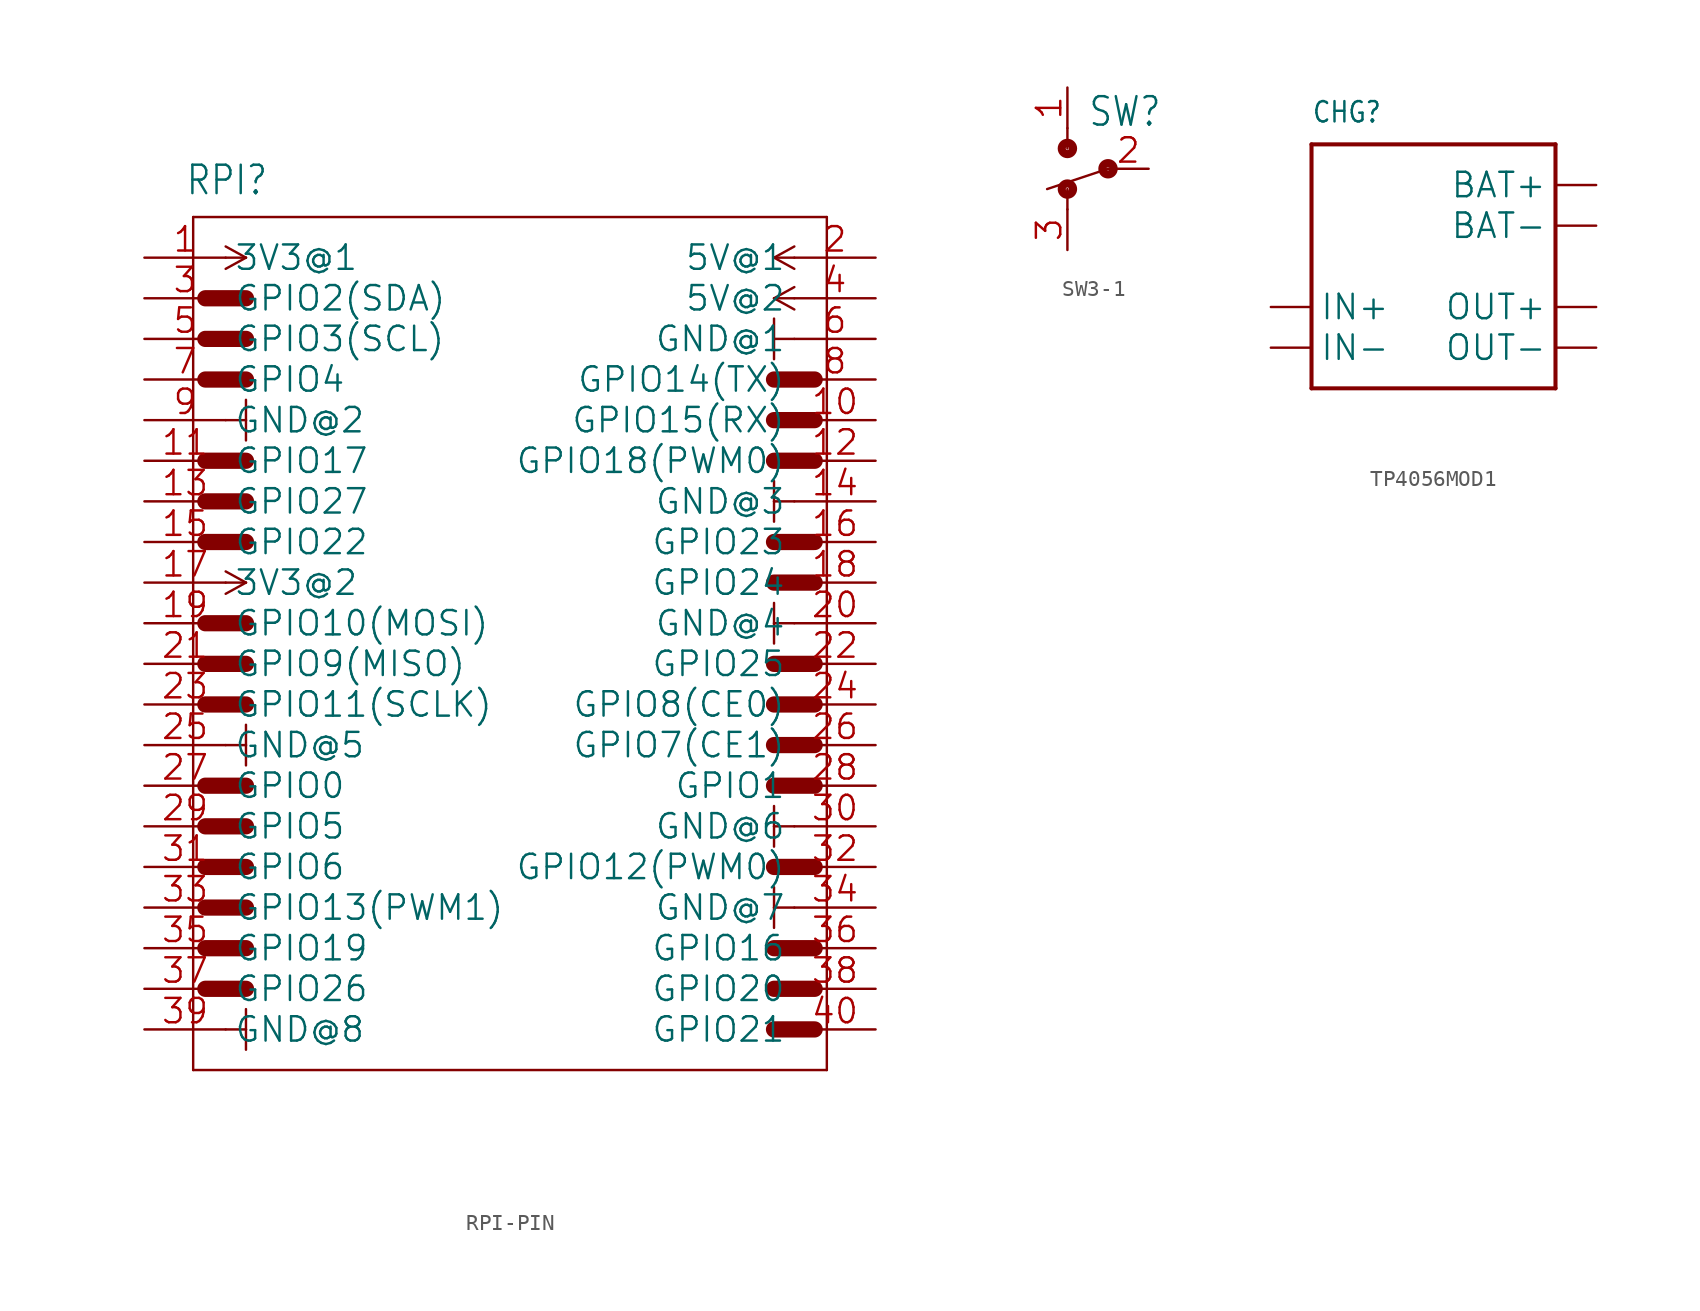
<source format=kicad_sym>
(kicad_symbol_lib
  (version 20241209)
  (generator "kicad_symbol_editor")
  (generator_version "9.0")
  (symbol "RPI-PIN"
    (property "Reference" "RPI"
      (at -20.32 21.59 0)
      (effects (font (size 1.778 1.511)) (justify left bottom)))
    (property "Value" ""
      (at -20.32 -35.56 0)
      (effects (font (size 1.778 1.511)) (justify left bottom)))
    (property "ki_locked" ""
      (at 0 0 0)
      (effects (font (size 1.27 1.27))))
    (symbol "RPI-PIN_1_0"
      (polyline (pts (xy -19.812 20.32) (xy 19.812 20.32)) (stroke (width 0.152) (type solid)) (fill (type none)))
      (polyline (pts (xy -19.812 -33.02) (xy -19.812 20.32)) (stroke (width 0.152) (type solid)) (fill (type none)))
      (polyline (pts (xy -19.05 15.24) (xy -16.51 15.24)) (stroke (width 1.016) (type solid)) (fill (type none)))
      (polyline (pts (xy -19.05 12.7) (xy -16.51 12.7)) (stroke (width 1.016) (type solid)) (fill (type none)))
      (polyline (pts (xy -19.05 10.16) (xy -16.51 10.16)) (stroke (width 1.016) (type solid)) (fill (type none)))
      (polyline (pts (xy -19.05 5.08) (xy -16.51 5.08)) (stroke (width 1.016) (type solid)) (fill (type none)))
      (polyline (pts (xy -19.05 2.54) (xy -16.51 2.54)) (stroke (width 1.016) (type solid)) (fill (type none)))
      (polyline (pts (xy -19.05 0) (xy -16.51 0)) (stroke (width 1.016) (type solid)) (fill (type none)))
      (polyline (pts (xy -19.05 -5.08) (xy -16.51 -5.08)) (stroke (width 1.016) (type solid)) (fill (type none)))
      (polyline (pts (xy -19.05 -7.62) (xy -16.51 -7.62)) (stroke (width 1.016) (type solid)) (fill (type none)))
      (polyline (pts (xy -19.05 -10.16) (xy -16.51 -10.16)) (stroke (width 1.016) (type solid)) (fill (type none)))
      (polyline (pts (xy -19.05 -15.24) (xy -16.51 -15.24)) (stroke (width 1.016) (type solid)) (fill (type none)))
      (polyline (pts (xy -19.05 -17.78) (xy -16.51 -17.78)) (stroke (width 1.016) (type solid)) (fill (type none)))
      (polyline (pts (xy -19.05 -20.32) (xy -16.51 -20.32)) (stroke (width 1.016) (type solid)) (fill (type none)))
      (polyline (pts (xy -19.05 -22.86) (xy -16.51 -22.86)) (stroke (width 1.016) (type solid)) (fill (type none)))
      (polyline (pts (xy -19.05 -25.4) (xy -16.51 -25.4)) (stroke (width 1.016) (type solid)) (fill (type none)))
      (polyline (pts (xy -19.05 -27.94) (xy -16.51 -27.94)) (stroke (width 1.016) (type solid)) (fill (type none)))
      (polyline (pts (xy -17.78 18.48) (xy -16.51 17.78)) (stroke (width 0.152) (type solid)) (fill (type none)))
      (polyline (pts (xy -17.78 -1.84) (xy -16.51 -2.54)) (stroke (width 0.152) (type solid)) (fill (type none)))
      (polyline (pts (xy -16.51 17.78) (xy -17.78 17.78)) (stroke (width 0.152) (type solid)) (fill (type none)))
      (polyline (pts (xy -16.51 17.78) (xy -17.78 17.08)) (stroke (width 0.152) (type solid)) (fill (type none)))
      (polyline (pts (xy -16.51 8.89) (xy -16.51 7.62)) (stroke (width 0.152) (type solid)) (fill (type none)))
      (polyline (pts (xy -16.51 7.62) (xy -17.78 7.62)) (stroke (width 0.152) (type solid)) (fill (type none)))
      (polyline (pts (xy -16.51 7.62) (xy -16.51 6.35)) (stroke (width 0.152) (type solid)) (fill (type none)))
      (polyline (pts (xy -16.51 -2.54) (xy -17.78 -2.54)) (stroke (width 0.152) (type solid)) (fill (type none)))
      (polyline (pts (xy -16.51 -2.54) (xy -17.78 -3.24)) (stroke (width 0.152) (type solid)) (fill (type none)))
      (polyline (pts (xy -16.51 -11.43) (xy -16.51 -12.7)) (stroke (width 0.152) (type solid)) (fill (type none)))
      (polyline (pts (xy -16.51 -12.7) (xy -17.78 -12.7)) (stroke (width 0.152) (type solid)) (fill (type none)))
      (polyline (pts (xy -16.51 -12.7) (xy -16.51 -13.97)) (stroke (width 0.152) (type solid)) (fill (type none)))
      (polyline (pts (xy -16.51 -29.21) (xy -16.51 -30.48)) (stroke (width 0.152) (type solid)) (fill (type none)))
      (polyline (pts (xy -16.51 -30.48) (xy -17.78 -30.48)) (stroke (width 0.152) (type solid)) (fill (type none)))
      (polyline (pts (xy -16.51 -30.48) (xy -16.51 -31.75)) (stroke (width 0.152) (type solid)) (fill (type none)))
      (polyline (pts (xy 16.51 17.78) (xy 17.78 17.78)) (stroke (width 0.152) (type solid)) (fill (type none)))
      (polyline (pts (xy 16.51 17.78) (xy 17.78 17.08)) (stroke (width 0.152) (type solid)) (fill (type none)))
      (polyline (pts (xy 16.51 15.24) (xy 17.78 14.54)) (stroke (width 0.152) (type solid)) (fill (type none)))
      (polyline (pts (xy 16.51 13.97) (xy 16.51 12.7)) (stroke (width 0.152) (type solid)) (fill (type none)))
      (polyline (pts (xy 16.51 12.7) (xy 16.51 11.43)) (stroke (width 0.152) (type solid)) (fill (type none)))
      (polyline (pts (xy 16.51 12.7) (xy 17.78 12.7)) (stroke (width 0.152) (type solid)) (fill (type none)))
      (polyline (pts (xy 16.51 3.81) (xy 16.51 2.54)) (stroke (width 0.152) (type solid)) (fill (type none)))
      (polyline (pts (xy 16.51 2.54) (xy 16.51 1.27)) (stroke (width 0.152) (type solid)) (fill (type none)))
      (polyline (pts (xy 16.51 2.54) (xy 17.78 2.54)) (stroke (width 0.152) (type solid)) (fill (type none)))
      (polyline (pts (xy 16.51 -3.81) (xy 16.51 -5.08)) (stroke (width 0.152) (type solid)) (fill (type none)))
      (polyline (pts (xy 16.51 -5.08) (xy 16.51 -6.35)) (stroke (width 0.152) (type solid)) (fill (type none)))
      (polyline (pts (xy 16.51 -5.08) (xy 17.78 -5.08)) (stroke (width 0.152) (type solid)) (fill (type none)))
      (polyline (pts (xy 16.51 -17.78) (xy 16.51 -16.51)) (stroke (width 0.152) (type solid)) (fill (type none)))
      (polyline (pts (xy 16.51 -17.78) (xy 17.78 -17.78)) (stroke (width 0.152) (type solid)) (fill (type none)))
      (polyline (pts (xy 16.51 -19.05) (xy 16.51 -17.78)) (stroke (width 0.152) (type solid)) (fill (type none)))
      (polyline (pts (xy 16.51 -22.86) (xy 16.51 -21.59)) (stroke (width 0.152) (type solid)) (fill (type none)))
      (polyline (pts (xy 16.51 -22.86) (xy 17.78 -22.86)) (stroke (width 0.152) (type solid)) (fill (type none)))
      (polyline (pts (xy 16.51 -24.13) (xy 16.51 -22.86)) (stroke (width 0.152) (type solid)) (fill (type none)))
      (polyline (pts (xy 17.78 18.48) (xy 16.51 17.78)) (stroke (width 0.152) (type solid)) (fill (type none)))
      (polyline (pts (xy 17.78 15.94) (xy 16.51 15.24)) (stroke (width 0.152) (type solid)) (fill (type none)))
      (polyline (pts (xy 17.78 15.24) (xy 16.51 15.24)) (stroke (width 0.152) (type solid)) (fill (type none)))
      (polyline (pts (xy 19.05 10.16) (xy 16.51 10.16)) (stroke (width 1.016) (type solid)) (fill (type none)))
      (polyline (pts (xy 19.05 7.62) (xy 16.51 7.62)) (stroke (width 1.016) (type solid)) (fill (type none)))
      (polyline (pts (xy 19.05 5.08) (xy 16.51 5.08)) (stroke (width 1.016) (type solid)) (fill (type none)))
      (polyline (pts (xy 19.05 0) (xy 16.51 0)) (stroke (width 1.016) (type solid)) (fill (type none)))
      (polyline (pts (xy 19.05 -2.54) (xy 16.51 -2.54)) (stroke (width 1.016) (type solid)) (fill (type none)))
      (polyline (pts (xy 19.05 -7.62) (xy 16.51 -7.62)) (stroke (width 1.016) (type solid)) (fill (type none)))
      (polyline (pts (xy 19.05 -10.16) (xy 16.51 -10.16)) (stroke (width 1.016) (type solid)) (fill (type none)))
      (polyline (pts (xy 19.05 -12.7) (xy 16.51 -12.7)) (stroke (width 1.016) (type solid)) (fill (type none)))
      (polyline (pts (xy 19.05 -15.24) (xy 16.51 -15.24)) (stroke (width 1.016) (type solid)) (fill (type none)))
      (polyline (pts (xy 19.05 -20.32) (xy 16.51 -20.32)) (stroke (width 1.016) (type solid)) (fill (type none)))
      (polyline (pts (xy 19.05 -25.4) (xy 16.51 -25.4)) (stroke (width 1.016) (type solid)) (fill (type none)))
      (polyline (pts (xy 19.05 -27.94) (xy 16.51 -27.94)) (stroke (width 1.016) (type solid)) (fill (type none)))
      (polyline (pts (xy 19.05 -30.48) (xy 16.51 -30.48)) (stroke (width 1.016) (type solid)) (fill (type none)))
      (polyline (pts (xy 19.812 20.32) (xy 19.812 -33.02)) (stroke (width 0.152) (type solid)) (fill (type none)))
      (polyline (pts (xy 19.812 -33.02) (xy -19.812 -33.02)) (stroke (width 0.152) (type solid)) (fill (type none)))
      (pin passive line (at -22.86 17.78 0) (length 5.08) (name "3V3@1" (effects (font (size 1.524 1.524)))) (number "1" (effects (font (size 1.524 1.524)))))
      (pin passive line (at -22.86 15.24 0) (length 5.08) (name "GPIO2(SDA)" (effects (font (size 1.524 1.524)))) (number "3" (effects (font (size 1.524 1.524)))))
      (pin passive line (at -22.86 12.7 0) (length 5.08) (name "GPIO3(SCL)" (effects (font (size 1.524 1.524)))) (number "5" (effects (font (size 1.524 1.524)))))
      (pin passive line (at -22.86 10.16 0) (length 5.08) (name "GPIO4" (effects (font (size 1.524 1.524)))) (number "7" (effects (font (size 1.524 1.524)))))
      (pin passive line (at -22.86 7.62 0) (length 5.08) (name "GND@2" (effects (font (size 1.524 1.524)))) (number "9" (effects (font (size 1.524 1.524)))))
      (pin passive line (at -22.86 5.08 0) (length 5.08) (name "GPIO17" (effects (font (size 1.524 1.524)))) (number "11" (effects (font (size 1.524 1.524)))))
      (pin passive line (at -22.86 2.54 0) (length 5.08) (name "GPIO27" (effects (font (size 1.524 1.524)))) (number "13" (effects (font (size 1.524 1.524)))))
      (pin passive line (at -22.86 0 0) (length 5.08) (name "GPIO22" (effects (font (size 1.524 1.524)))) (number "15" (effects (font (size 1.524 1.524)))))
      (pin passive line (at -22.86 -2.54 0) (length 5.08) (name "3V3@2" (effects (font (size 1.524 1.524)))) (number "17" (effects (font (size 1.524 1.524)))))
      (pin passive line (at -22.86 -5.08 0) (length 5.08) (name "GPIO10(MOSI)" (effects (font (size 1.524 1.524)))) (number "19" (effects (font (size 1.524 1.524)))))
      (pin passive line (at -22.86 -7.62 0) (length 5.08) (name "GPIO9(MISO)" (effects (font (size 1.524 1.524)))) (number "21" (effects (font (size 1.524 1.524)))))
      (pin passive line (at -22.86 -10.16 0) (length 5.08) (name "GPIO11(SCLK)" (effects (font (size 1.524 1.524)))) (number "23" (effects (font (size 1.524 1.524)))))
      (pin passive line (at -22.86 -12.7 0) (length 5.08) (name "GND@5" (effects (font (size 1.524 1.524)))) (number "25" (effects (font (size 1.524 1.524)))))
      (pin passive line (at -22.86 -15.24 0) (length 5.08) (name "GPIO0" (effects (font (size 1.524 1.524)))) (number "27" (effects (font (size 1.524 1.524)))))
      (pin passive line (at -22.86 -17.78 0) (length 5.08) (name "GPIO5" (effects (font (size 1.524 1.524)))) (number "29" (effects (font (size 1.524 1.524)))))
      (pin passive line (at -22.86 -20.32 0) (length 5.08) (name "GPIO6" (effects (font (size 1.524 1.524)))) (number "31" (effects (font (size 1.524 1.524)))))
      (pin passive line (at -22.86 -22.86 0) (length 5.08) (name "GPIO13(PWM1)" (effects (font (size 1.524 1.524)))) (number "33" (effects (font (size 1.524 1.524)))))
      (pin passive line (at -22.86 -25.4 0) (length 5.08) (name "GPIO19" (effects (font (size 1.524 1.524)))) (number "35" (effects (font (size 1.524 1.524)))))
      (pin passive line (at -22.86 -27.94 0) (length 5.08) (name "GPIO26" (effects (font (size 1.524 1.524)))) (number "37" (effects (font (size 1.524 1.524)))))
      (pin passive line (at -22.86 -30.48 0) (length 5.08) (name "GND@8" (effects (font (size 1.524 1.524)))) (number "39" (effects (font (size 1.524 1.524)))))
      (pin passive line (at 22.86 17.78 180) (length 5.08) (name "5V@1" (effects (font (size 1.524 1.524)))) (number "2" (effects (font (size 1.524 1.524)))))
      (pin passive line (at 22.86 15.24 180) (length 5.08) (name "5V@2" (effects (font (size 1.524 1.524)))) (number "4" (effects (font (size 1.524 1.524)))))
      (pin passive line (at 22.86 12.7 180) (length 5.08) (name "GND@1" (effects (font (size 1.524 1.524)))) (number "6" (effects (font (size 1.524 1.524)))))
      (pin passive line (at 22.86 10.16 180) (length 5.08) (name "GPIO14(TX)" (effects (font (size 1.524 1.524)))) (number "8" (effects (font (size 1.524 1.524)))))
      (pin passive line (at 22.86 7.62 180) (length 5.08) (name "GPIO15(RX)" (effects (font (size 1.524 1.524)))) (number "10" (effects (font (size 1.524 1.524)))))
      (pin passive line (at 22.86 5.08 180) (length 5.08) (name "GPIO18(PWM0)" (effects (font (size 1.524 1.524)))) (number "12" (effects (font (size 1.524 1.524)))))
      (pin passive line (at 22.86 2.54 180) (length 5.08) (name "GND@3" (effects (font (size 1.524 1.524)))) (number "14" (effects (font (size 1.524 1.524)))))
      (pin passive line (at 22.86 0 180) (length 5.08) (name "GPIO23" (effects (font (size 1.524 1.524)))) (number "16" (effects (font (size 1.524 1.524)))))
      (pin passive line (at 22.86 -2.54 180) (length 5.08) (name "GPIO24" (effects (font (size 1.524 1.524)))) (number "18" (effects (font (size 1.524 1.524)))))
      (pin passive line (at 22.86 -5.08 180) (length 5.08) (name "GND@4" (effects (font (size 1.524 1.524)))) (number "20" (effects (font (size 1.524 1.524)))))
      (pin passive line (at 22.86 -7.62 180) (length 5.08) (name "GPIO25" (effects (font (size 1.524 1.524)))) (number "22" (effects (font (size 1.524 1.524)))))
      (pin passive line (at 22.86 -10.16 180) (length 5.08) (name "GPIO8(CE0)" (effects (font (size 1.524 1.524)))) (number "24" (effects (font (size 1.524 1.524)))))
      (pin passive line (at 22.86 -12.7 180) (length 5.08) (name "GPIO7(CE1)" (effects (font (size 1.524 1.524)))) (number "26" (effects (font (size 1.524 1.524)))))
      (pin passive line (at 22.86 -15.24 180) (length 5.08) (name "GPIO1" (effects (font (size 1.524 1.524)))) (number "28" (effects (font (size 1.524 1.524)))))
      (pin passive line (at 22.86 -17.78 180) (length 5.08) (name "GND@6" (effects (font (size 1.524 1.524)))) (number "30" (effects (font (size 1.524 1.524)))))
      (pin passive line (at 22.86 -20.32 180) (length 5.08) (name "GPIO12(PWM0)" (effects (font (size 1.524 1.524)))) (number "32" (effects (font (size 1.524 1.524)))))
      (pin passive line (at 22.86 -22.86 180) (length 5.08) (name "GND@7" (effects (font (size 1.524 1.524)))) (number "34" (effects (font (size 1.524 1.524)))))
      (pin passive line (at 22.86 -25.4 180) (length 5.08) (name "GPIO16" (effects (font (size 1.524 1.524)))) (number "36" (effects (font (size 1.524 1.524)))))
      (pin passive line (at 22.86 -27.94 180) (length 5.08) (name "GPIO20" (effects (font (size 1.524 1.524)))) (number "38" (effects (font (size 1.524 1.524)))))
      (pin passive line (at 22.86 -30.48 180) (length 5.08) (name "GPIO21" (effects (font (size 1.524 1.524)))) (number "40" (effects (font (size 1.524 1.524)))))))
  (symbol "SW3-1"
    (property "Reference" "SW"
      (at 1.27 2.54 0)
      (effects (font (size 1.778 1.511)) (justify left bottom)))
    (property "ki_locked" ""
      (at 0 0 0)
      (effects (font (size 1.27 1.27))))
    (symbol "SW3-1_1_0"
      (polyline (pts (xy 0 2.54) (xy 0 1.27)) (stroke (width 0.152) (type solid)) (fill (type none)))
      (circle (center 0 1.27) (radius 0.1) (stroke (width 0.508) (type solid)) (fill (type none)))
      (circle (center 0 -1.27) (radius 0.1) (stroke (width 0.508) (type solid)) (fill (type none)))
      (polyline (pts (xy 0 -2.54) (xy 0 -1.27)) (stroke (width 0.152) (type solid)) (fill (type none)))
      (polyline (pts (xy 2.54 0) (xy -1.27 -1.27)) (stroke (width 0.152) (type solid)) (fill (type none)))
      (circle (center 2.54 0) (radius 0.1) (stroke (width 0.508) (type solid)) (fill (type none)))
      (pin passive line (at 0 5.08 270) (length 2.54) (name "1" (effects (font (size 0 0)))) (number "1" (effects (font (size 1.524 1.524)))))
      (pin passive line (at 0 -5.08 90) (length 2.54) (name "3" (effects (font (size 0 0)))) (number "3" (effects (font (size 1.524 1.524)))))
      (pin passive line (at 5.08 0 180) (length 2.54) (name "2" (effects (font (size 0 0)))) (number "2" (effects (font (size 1.524 1.524)))))))
  (symbol "TP4056MOD1"
    (property "Reference" "CHG"
      (at -7.62 8.89 0)
      (effects (font (size 1.27 1.079)) (justify left bottom)))
    (property "Value" ""
      (at -7.62 -10.16 0)
      (effects (font (size 1.27 1.079)) (justify left bottom)))
    (property "ki_locked" ""
      (at 0 0 0)
      (effects (font (size 1.27 1.27))))
    (symbol "TP4056MOD1_1_0"
      (polyline (pts (xy -7.62 7.62) (xy 7.62 7.62)) (stroke (width 0.254) (type solid)) (fill (type none)))
      (polyline (pts (xy -7.62 -7.62) (xy -7.62 7.62)) (stroke (width 0.254) (type solid)) (fill (type none)))
      (polyline (pts (xy 7.62 7.62) (xy 7.62 -7.62)) (stroke (width 0.254) (type solid)) (fill (type none)))
      (polyline (pts (xy 7.62 -7.62) (xy -7.62 -7.62)) (stroke (width 0.254) (type solid)) (fill (type none)))
      (pin passive line (at -10.16 -2.54 0) (length 2.54) (name "IN+" (effects (font (size 1.524 1.524)))) (number "IN+" (effects (font (size 0 0)))))
      (pin passive line (at -10.16 -5.08 0) (length 2.54) (name "IN-" (effects (font (size 1.524 1.524)))) (number "IN-" (effects (font (size 0 0)))))
      (pin passive line (at 10.16 5.08 180) (length 2.54) (name "BAT+" (effects (font (size 1.524 1.524)))) (number "BAT+" (effects (font (size 0 0)))))
      (pin passive line (at 10.16 2.54 180) (length 2.54) (name "BAT-" (effects (font (size 1.524 1.524)))) (number "BAT-" (effects (font (size 0 0)))))
      (pin passive line (at 10.16 -2.54 180) (length 2.54) (name "OUT+" (effects (font (size 1.524 1.524)))) (number "OUT+" (effects (font (size 0 0)))))
      (pin passive line (at 10.16 -5.08 180) (length 2.54) (name "OUT-" (effects (font (size 1.524 1.524)))) (number "OUT-" (effects (font (size 0 0))))))))
</source>
